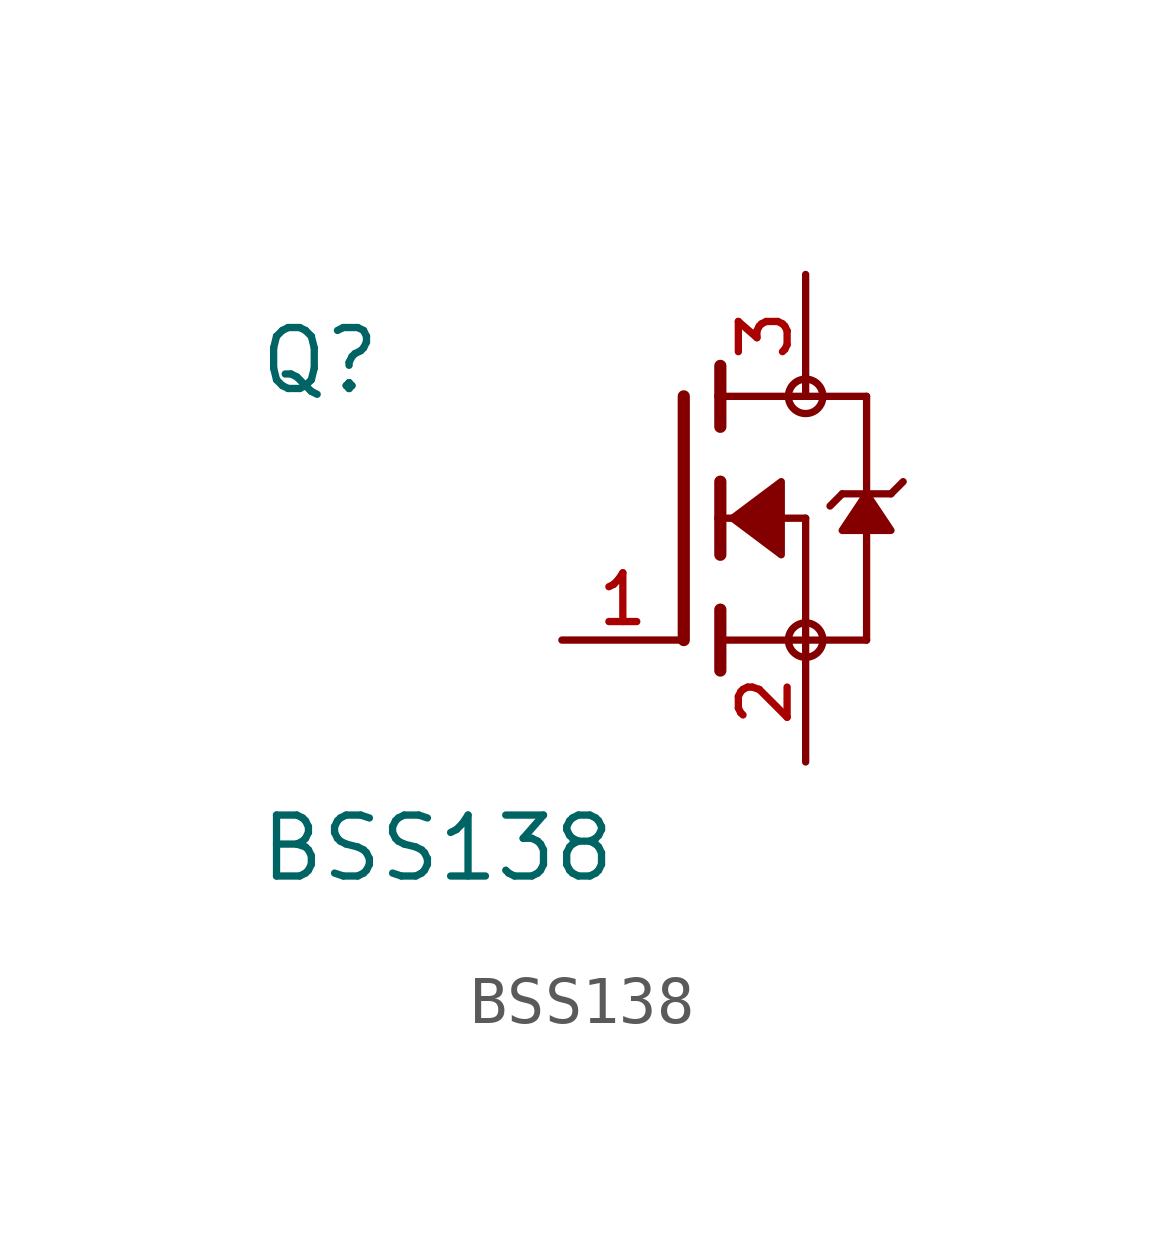
<source format=kicad_sym>
(kicad_symbol_lib
  (version 20241209)
  (generator "kicad_symbol_editor")
  (generator_version "9.0")
  (symbol "BSS138"
    (pin_names
      (offset 1.016))
    (property "Reference" "Q"
      (at -8.89 2.54 0)
      (effects (font (size 1.27 1.27)) (justify left bottom)))
    (property "Value" "BSS138"
      (at -8.89 -7.62 0)
      (effects (font (size 1.27 1.27)) (justify left bottom)))
    (symbol "BSS138_0_0"
      (polyline (pts (xy 0 2.54) (xy 0 -2.54)) (stroke (width 0.254) (type default)) (fill (type none)))
      (polyline (pts (xy 0.762 3.175) (xy 0.762 2.54)) (stroke (width 0.254) (type default)) (fill (type none)))
      (polyline (pts (xy 0.762 2.54) (xy 0.762 1.905)) (stroke (width 0.254) (type default)) (fill (type none)))
      (polyline (pts (xy 0.762 2.54) (xy 3.81 2.54)) (stroke (width 0.152) (type default)) (fill (type none)))
      (polyline (pts (xy 0.762 0.762) (xy 0.762 0)) (stroke (width 0.254) (type default)) (fill (type none)))
      (polyline (pts (xy 0.762 0) (xy 0.762 -0.762)) (stroke (width 0.254) (type default)) (fill (type none)))
      (polyline (pts (xy 0.762 0) (xy 2.54 0)) (stroke (width 0.152) (type default)) (fill (type none)))
      (polyline (pts (xy 0.762 -1.905) (xy 0.762 -3.175)) (stroke (width 0.254) (type default)) (fill (type none)))
      (polyline (pts (xy 1.016 0) (xy 2.032 0.762) (xy 2.032 -0.762) (xy 1.016 0)) (stroke (width 0.152) (type default)) (fill (type outline)))
      (circle (center 2.54 2.54) (radius 0.359) (stroke (width 0) (type default)) (fill (type none)))
      (polyline (pts (xy 2.54 0) (xy 2.54 -2.54)) (stroke (width 0.152) (type default)) (fill (type none)))
      (circle (center 2.54 -2.54) (radius 0.359) (stroke (width 0) (type default)) (fill (type none)))
      (polyline (pts (xy 3.302 0.508) (xy 3.048 0.254)) (stroke (width 0.152) (type default)) (fill (type none)))
      (polyline (pts (xy 3.81 2.54) (xy 3.81 0.508)) (stroke (width 0.152) (type default)) (fill (type none)))
      (polyline (pts (xy 3.81 0.508) (xy 3.302 0.508)) (stroke (width 0.152) (type default)) (fill (type none)))
      (polyline (pts (xy 3.81 0.508) (xy 3.81 -2.54)) (stroke (width 0.152) (type default)) (fill (type none)))
      (polyline (pts (xy 3.81 0.508) (xy 3.302 -0.254) (xy 4.318 -0.254) (xy 3.81 0.508)) (stroke (width 0.152) (type default)) (fill (type outline)))
      (polyline (pts (xy 3.81 -2.54) (xy 0.762 -2.54)) (stroke (width 0.152) (type default)) (fill (type none)))
      (polyline (pts (xy 4.318 0.508) (xy 3.81 0.508)) (stroke (width 0.152) (type default)) (fill (type none)))
      (polyline (pts (xy 4.572 0.762) (xy 4.318 0.508)) (stroke (width 0.152) (type default)) (fill (type none)))
      (pin passive line (at -2.54 -2.54 0) (length 2.54) (name "~" (effects (font (size 1.016 1.016)))) (number "1" (effects (font (size 1.016 1.016)))))
      (pin passive line (at 2.54 5.08 270) (length 2.54) (name "~" (effects (font (size 1.016 1.016)))) (number "3" (effects (font (size 1.016 1.016)))))
      (pin passive line (at 2.54 -5.08 90) (length 2.54) (name "~" (effects (font (size 1.016 1.016)))) (number "2" (effects (font (size 1.016 1.016))))))))
</source>
